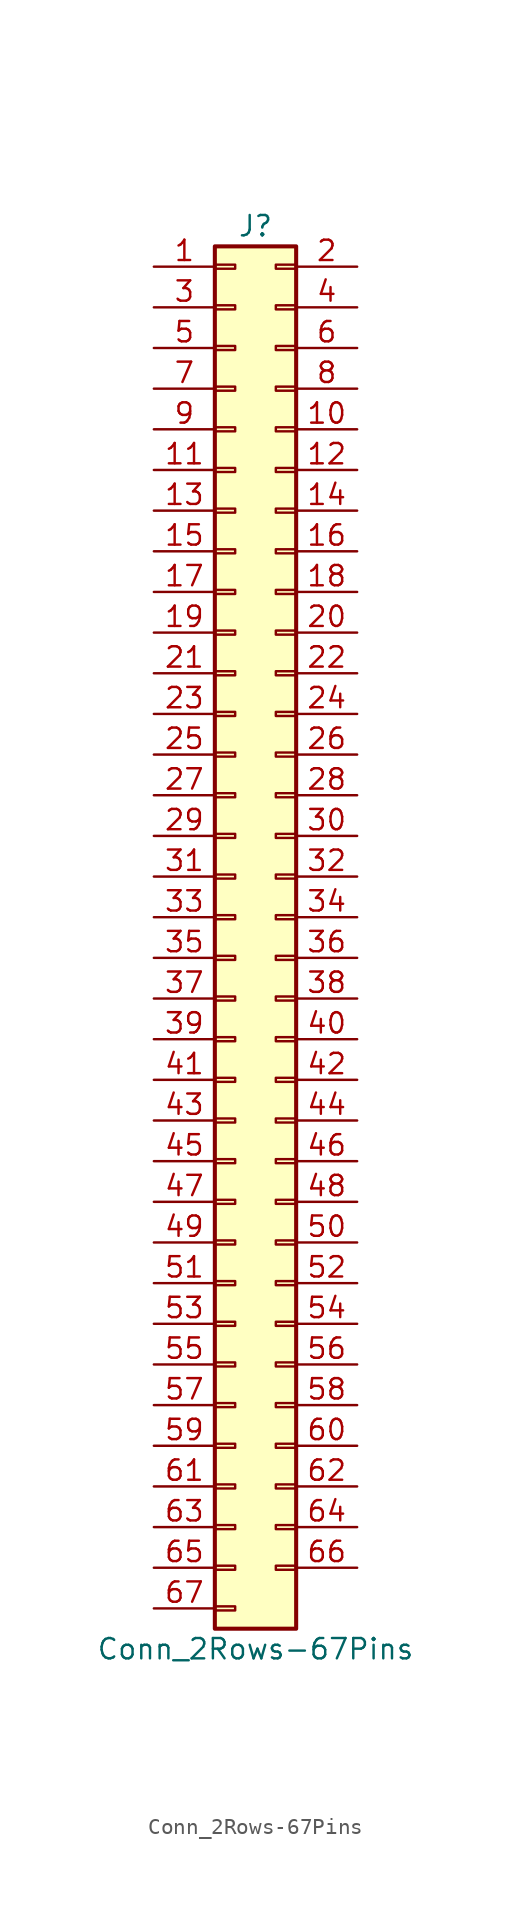
<source format=kicad_sym>
(kicad_symbol_lib
  (version 20220914)
  (generator kicad_symbol_editor)
  (symbol "Conn_2Rows-67Pins"
    (pin_names
      (offset 1.016) hide)
    (property "Reference" "J"
      (at 1.27 43.18 0)
      (effects (font (size 1.27 1.27))))
    (property "Value" "Conn_2Rows-67Pins"
      (at 1.27 -45.72 0)
      (effects (font (size 1.27 1.27))))
    (symbol "Conn_2Rows-67Pins_1_1"
      (rectangle (start -1.27 -43.053) (end 0 -43.307) (stroke (width 0.152) (type default)) (fill (type none)))
      (rectangle (start -1.27 -40.513) (end 0 -40.767) (stroke (width 0.152) (type default)) (fill (type none)))
      (rectangle (start -1.27 -37.973) (end 0 -38.227) (stroke (width 0.152) (type default)) (fill (type none)))
      (rectangle (start -1.27 -35.433) (end 0 -35.687) (stroke (width 0.152) (type default)) (fill (type none)))
      (rectangle (start -1.27 -32.893) (end 0 -33.147) (stroke (width 0.152) (type default)) (fill (type none)))
      (rectangle (start -1.27 -30.353) (end 0 -30.607) (stroke (width 0.152) (type default)) (fill (type none)))
      (rectangle (start -1.27 -27.813) (end 0 -28.067) (stroke (width 0.152) (type default)) (fill (type none)))
      (rectangle (start -1.27 -25.273) (end 0 -25.527) (stroke (width 0.152) (type default)) (fill (type none)))
      (rectangle (start -1.27 -22.733) (end 0 -22.987) (stroke (width 0.152) (type default)) (fill (type none)))
      (rectangle (start -1.27 -20.193) (end 0 -20.447) (stroke (width 0.152) (type default)) (fill (type none)))
      (rectangle (start -1.27 -17.653) (end 0 -17.907) (stroke (width 0.152) (type default)) (fill (type none)))
      (rectangle (start -1.27 -15.113) (end 0 -15.367) (stroke (width 0.152) (type default)) (fill (type none)))
      (rectangle (start -1.27 -12.573) (end 0 -12.827) (stroke (width 0.152) (type default)) (fill (type none)))
      (rectangle (start -1.27 -10.033) (end 0 -10.287) (stroke (width 0.152) (type default)) (fill (type none)))
      (rectangle (start -1.27 -7.493) (end 0 -7.747) (stroke (width 0.152) (type default)) (fill (type none)))
      (rectangle (start -1.27 -4.953) (end 0 -5.207) (stroke (width 0.152) (type default)) (fill (type none)))
      (rectangle (start -1.27 -2.413) (end 0 -2.667) (stroke (width 0.152) (type default)) (fill (type none)))
      (rectangle (start -1.27 0.127) (end 0 -0.127) (stroke (width 0.152) (type default)) (fill (type none)))
      (rectangle (start -1.27 2.667) (end 0 2.413) (stroke (width 0.152) (type default)) (fill (type none)))
      (rectangle (start -1.27 5.207) (end 0 4.953) (stroke (width 0.152) (type default)) (fill (type none)))
      (rectangle (start -1.27 7.747) (end 0 7.493) (stroke (width 0.152) (type default)) (fill (type none)))
      (rectangle (start -1.27 10.287) (end 0 10.033) (stroke (width 0.152) (type default)) (fill (type none)))
      (rectangle (start -1.27 12.827) (end 0 12.573) (stroke (width 0.152) (type default)) (fill (type none)))
      (rectangle (start -1.27 15.367) (end 0 15.113) (stroke (width 0.152) (type default)) (fill (type none)))
      (rectangle (start -1.27 17.907) (end 0 17.653) (stroke (width 0.152) (type default)) (fill (type none)))
      (rectangle (start -1.27 20.447) (end 0 20.193) (stroke (width 0.152) (type default)) (fill (type none)))
      (rectangle (start -1.27 22.987) (end 0 22.733) (stroke (width 0.152) (type default)) (fill (type none)))
      (rectangle (start -1.27 25.527) (end 0 25.273) (stroke (width 0.152) (type default)) (fill (type none)))
      (rectangle (start -1.27 28.067) (end 0 27.813) (stroke (width 0.152) (type default)) (fill (type none)))
      (rectangle (start -1.27 30.607) (end 0 30.353) (stroke (width 0.152) (type default)) (fill (type none)))
      (rectangle (start -1.27 33.147) (end 0 32.893) (stroke (width 0.152) (type default)) (fill (type none)))
      (rectangle (start -1.27 35.687) (end 0 35.433) (stroke (width 0.152) (type default)) (fill (type none)))
      (rectangle (start -1.27 38.227) (end 0 37.973) (stroke (width 0.152) (type default)) (fill (type none)))
      (rectangle (start -1.27 40.767) (end 0 40.513) (stroke (width 0.152) (type default)) (fill (type none)))
      (rectangle (start -1.27 41.91) (end 3.81 -44.45) (stroke (width 0.254) (type default)) (fill (type background)))
      (rectangle (start 3.81 -40.513) (end 2.54 -40.767) (stroke (width 0.152) (type default)) (fill (type none)))
      (rectangle (start 3.81 -37.973) (end 2.54 -38.227) (stroke (width 0.152) (type default)) (fill (type none)))
      (rectangle (start 3.81 -35.433) (end 2.54 -35.687) (stroke (width 0.152) (type default)) (fill (type none)))
      (rectangle (start 3.81 -32.893) (end 2.54 -33.147) (stroke (width 0.152) (type default)) (fill (type none)))
      (rectangle (start 3.81 -30.353) (end 2.54 -30.607) (stroke (width 0.152) (type default)) (fill (type none)))
      (rectangle (start 3.81 -27.813) (end 2.54 -28.067) (stroke (width 0.152) (type default)) (fill (type none)))
      (rectangle (start 3.81 -25.273) (end 2.54 -25.527) (stroke (width 0.152) (type default)) (fill (type none)))
      (rectangle (start 3.81 -22.733) (end 2.54 -22.987) (stroke (width 0.152) (type default)) (fill (type none)))
      (rectangle (start 3.81 -20.193) (end 2.54 -20.447) (stroke (width 0.152) (type default)) (fill (type none)))
      (rectangle (start 3.81 -17.653) (end 2.54 -17.907) (stroke (width 0.152) (type default)) (fill (type none)))
      (rectangle (start 3.81 -15.113) (end 2.54 -15.367) (stroke (width 0.152) (type default)) (fill (type none)))
      (rectangle (start 3.81 -12.573) (end 2.54 -12.827) (stroke (width 0.152) (type default)) (fill (type none)))
      (rectangle (start 3.81 -10.033) (end 2.54 -10.287) (stroke (width 0.152) (type default)) (fill (type none)))
      (rectangle (start 3.81 -7.493) (end 2.54 -7.747) (stroke (width 0.152) (type default)) (fill (type none)))
      (rectangle (start 3.81 -4.953) (end 2.54 -5.207) (stroke (width 0.152) (type default)) (fill (type none)))
      (rectangle (start 3.81 -2.413) (end 2.54 -2.667) (stroke (width 0.152) (type default)) (fill (type none)))
      (rectangle (start 3.81 0.127) (end 2.54 -0.127) (stroke (width 0.152) (type default)) (fill (type none)))
      (rectangle (start 3.81 2.667) (end 2.54 2.413) (stroke (width 0.152) (type default)) (fill (type none)))
      (rectangle (start 3.81 5.207) (end 2.54 4.953) (stroke (width 0.152) (type default)) (fill (type none)))
      (rectangle (start 3.81 7.747) (end 2.54 7.493) (stroke (width 0.152) (type default)) (fill (type none)))
      (rectangle (start 3.81 10.287) (end 2.54 10.033) (stroke (width 0.152) (type default)) (fill (type none)))
      (rectangle (start 3.81 12.827) (end 2.54 12.573) (stroke (width 0.152) (type default)) (fill (type none)))
      (rectangle (start 3.81 15.367) (end 2.54 15.113) (stroke (width 0.152) (type default)) (fill (type none)))
      (rectangle (start 3.81 17.907) (end 2.54 17.653) (stroke (width 0.152) (type default)) (fill (type none)))
      (rectangle (start 3.81 20.447) (end 2.54 20.193) (stroke (width 0.152) (type default)) (fill (type none)))
      (rectangle (start 3.81 22.987) (end 2.54 22.733) (stroke (width 0.152) (type default)) (fill (type none)))
      (rectangle (start 3.81 25.527) (end 2.54 25.273) (stroke (width 0.152) (type default)) (fill (type none)))
      (rectangle (start 3.81 28.067) (end 2.54 27.813) (stroke (width 0.152) (type default)) (fill (type none)))
      (rectangle (start 3.81 30.607) (end 2.54 30.353) (stroke (width 0.152) (type default)) (fill (type none)))
      (rectangle (start 3.81 33.147) (end 2.54 32.893) (stroke (width 0.152) (type default)) (fill (type none)))
      (rectangle (start 3.81 35.687) (end 2.54 35.433) (stroke (width 0.152) (type default)) (fill (type none)))
      (rectangle (start 3.81 38.227) (end 2.54 37.973) (stroke (width 0.152) (type default)) (fill (type none)))
      (rectangle (start 3.81 40.767) (end 2.54 40.513) (stroke (width 0.152) (type default)) (fill (type none)))
      (pin passive line (at -5.08 40.64 0) (length 3.81) (name "Pin_1" (effects (font (size 1.27 1.27)))) (number "1" (effects (font (size 1.27 1.27)))))
      (pin passive line (at 7.62 30.48 180) (length 3.81) (name "Pin_10" (effects (font (size 1.27 1.27)))) (number "10" (effects (font (size 1.27 1.27)))))
      (pin passive line (at -5.08 27.94 0) (length 3.81) (name "Pin_11" (effects (font (size 1.27 1.27)))) (number "11" (effects (font (size 1.27 1.27)))))
      (pin passive line (at 7.62 27.94 180) (length 3.81) (name "Pin_12" (effects (font (size 1.27 1.27)))) (number "12" (effects (font (size 1.27 1.27)))))
      (pin passive line (at -5.08 25.4 0) (length 3.81) (name "Pin_13" (effects (font (size 1.27 1.27)))) (number "13" (effects (font (size 1.27 1.27)))))
      (pin passive line (at 7.62 25.4 180) (length 3.81) (name "Pin_14" (effects (font (size 1.27 1.27)))) (number "14" (effects (font (size 1.27 1.27)))))
      (pin passive line (at -5.08 22.86 0) (length 3.81) (name "Pin_15" (effects (font (size 1.27 1.27)))) (number "15" (effects (font (size 1.27 1.27)))))
      (pin passive line (at 7.62 22.86 180) (length 3.81) (name "Pin_16" (effects (font (size 1.27 1.27)))) (number "16" (effects (font (size 1.27 1.27)))))
      (pin passive line (at -5.08 20.32 0) (length 3.81) (name "Pin_17" (effects (font (size 1.27 1.27)))) (number "17" (effects (font (size 1.27 1.27)))))
      (pin passive line (at 7.62 20.32 180) (length 3.81) (name "Pin_18" (effects (font (size 1.27 1.27)))) (number "18" (effects (font (size 1.27 1.27)))))
      (pin passive line (at -5.08 17.78 0) (length 3.81) (name "Pin_19" (effects (font (size 1.27 1.27)))) (number "19" (effects (font (size 1.27 1.27)))))
      (pin passive line (at 7.62 40.64 180) (length 3.81) (name "Pin_2" (effects (font (size 1.27 1.27)))) (number "2" (effects (font (size 1.27 1.27)))))
      (pin passive line (at 7.62 17.78 180) (length 3.81) (name "Pin_20" (effects (font (size 1.27 1.27)))) (number "20" (effects (font (size 1.27 1.27)))))
      (pin passive line (at -5.08 15.24 0) (length 3.81) (name "Pin_21" (effects (font (size 1.27 1.27)))) (number "21" (effects (font (size 1.27 1.27)))))
      (pin passive line (at 7.62 15.24 180) (length 3.81) (name "Pin_22" (effects (font (size 1.27 1.27)))) (number "22" (effects (font (size 1.27 1.27)))))
      (pin passive line (at -5.08 12.7 0) (length 3.81) (name "Pin_23" (effects (font (size 1.27 1.27)))) (number "23" (effects (font (size 1.27 1.27)))))
      (pin passive line (at 7.62 12.7 180) (length 3.81) (name "Pin_24" (effects (font (size 1.27 1.27)))) (number "24" (effects (font (size 1.27 1.27)))))
      (pin passive line (at -5.08 10.16 0) (length 3.81) (name "Pin_25" (effects (font (size 1.27 1.27)))) (number "25" (effects (font (size 1.27 1.27)))))
      (pin passive line (at 7.62 10.16 180) (length 3.81) (name "Pin_26" (effects (font (size 1.27 1.27)))) (number "26" (effects (font (size 1.27 1.27)))))
      (pin passive line (at -5.08 7.62 0) (length 3.81) (name "Pin_27" (effects (font (size 1.27 1.27)))) (number "27" (effects (font (size 1.27 1.27)))))
      (pin passive line (at 7.62 7.62 180) (length 3.81) (name "Pin_28" (effects (font (size 1.27 1.27)))) (number "28" (effects (font (size 1.27 1.27)))))
      (pin passive line (at -5.08 5.08 0) (length 3.81) (name "Pin_29" (effects (font (size 1.27 1.27)))) (number "29" (effects (font (size 1.27 1.27)))))
      (pin passive line (at -5.08 38.1 0) (length 3.81) (name "Pin_3" (effects (font (size 1.27 1.27)))) (number "3" (effects (font (size 1.27 1.27)))))
      (pin passive line (at 7.62 5.08 180) (length 3.81) (name "Pin_30" (effects (font (size 1.27 1.27)))) (number "30" (effects (font (size 1.27 1.27)))))
      (pin passive line (at -5.08 2.54 0) (length 3.81) (name "Pin_31" (effects (font (size 1.27 1.27)))) (number "31" (effects (font (size 1.27 1.27)))))
      (pin passive line (at 7.62 2.54 180) (length 3.81) (name "Pin_32" (effects (font (size 1.27 1.27)))) (number "32" (effects (font (size 1.27 1.27)))))
      (pin passive line (at -5.08 0 0) (length 3.81) (name "Pin_33" (effects (font (size 1.27 1.27)))) (number "33" (effects (font (size 1.27 1.27)))))
      (pin passive line (at 7.62 0 180) (length 3.81) (name "Pin_34" (effects (font (size 1.27 1.27)))) (number "34" (effects (font (size 1.27 1.27)))))
      (pin passive line (at -5.08 -2.54 0) (length 3.81) (name "Pin_35" (effects (font (size 1.27 1.27)))) (number "35" (effects (font (size 1.27 1.27)))))
      (pin passive line (at 7.62 -2.54 180) (length 3.81) (name "Pin_36" (effects (font (size 1.27 1.27)))) (number "36" (effects (font (size 1.27 1.27)))))
      (pin passive line (at -5.08 -5.08 0) (length 3.81) (name "Pin_37" (effects (font (size 1.27 1.27)))) (number "37" (effects (font (size 1.27 1.27)))))
      (pin passive line (at 7.62 -5.08 180) (length 3.81) (name "Pin_38" (effects (font (size 1.27 1.27)))) (number "38" (effects (font (size 1.27 1.27)))))
      (pin passive line (at -5.08 -7.62 0) (length 3.81) (name "Pin_39" (effects (font (size 1.27 1.27)))) (number "39" (effects (font (size 1.27 1.27)))))
      (pin passive line (at 7.62 38.1 180) (length 3.81) (name "Pin_4" (effects (font (size 1.27 1.27)))) (number "4" (effects (font (size 1.27 1.27)))))
      (pin passive line (at 7.62 -7.62 180) (length 3.81) (name "Pin_40" (effects (font (size 1.27 1.27)))) (number "40" (effects (font (size 1.27 1.27)))))
      (pin passive line (at -5.08 -10.16 0) (length 3.81) (name "Pin_41" (effects (font (size 1.27 1.27)))) (number "41" (effects (font (size 1.27 1.27)))))
      (pin passive line (at 7.62 -10.16 180) (length 3.81) (name "Pin_42" (effects (font (size 1.27 1.27)))) (number "42" (effects (font (size 1.27 1.27)))))
      (pin passive line (at -5.08 -12.7 0) (length 3.81) (name "Pin_43" (effects (font (size 1.27 1.27)))) (number "43" (effects (font (size 1.27 1.27)))))
      (pin passive line (at 7.62 -12.7 180) (length 3.81) (name "Pin_44" (effects (font (size 1.27 1.27)))) (number "44" (effects (font (size 1.27 1.27)))))
      (pin passive line (at -5.08 -15.24 0) (length 3.81) (name "Pin_45" (effects (font (size 1.27 1.27)))) (number "45" (effects (font (size 1.27 1.27)))))
      (pin passive line (at 7.62 -15.24 180) (length 3.81) (name "Pin_46" (effects (font (size 1.27 1.27)))) (number "46" (effects (font (size 1.27 1.27)))))
      (pin passive line (at -5.08 -17.78 0) (length 3.81) (name "Pin_47" (effects (font (size 1.27 1.27)))) (number "47" (effects (font (size 1.27 1.27)))))
      (pin passive line (at 7.62 -17.78 180) (length 3.81) (name "Pin_48" (effects (font (size 1.27 1.27)))) (number "48" (effects (font (size 1.27 1.27)))))
      (pin passive line (at -5.08 -20.32 0) (length 3.81) (name "Pin_49" (effects (font (size 1.27 1.27)))) (number "49" (effects (font (size 1.27 1.27)))))
      (pin passive line (at -5.08 35.56 0) (length 3.81) (name "Pin_5" (effects (font (size 1.27 1.27)))) (number "5" (effects (font (size 1.27 1.27)))))
      (pin passive line (at 7.62 -20.32 180) (length 3.81) (name "Pin_50" (effects (font (size 1.27 1.27)))) (number "50" (effects (font (size 1.27 1.27)))))
      (pin passive line (at -5.08 -22.86 0) (length 3.81) (name "Pin_51" (effects (font (size 1.27 1.27)))) (number "51" (effects (font (size 1.27 1.27)))))
      (pin passive line (at 7.62 -22.86 180) (length 3.81) (name "Pin_52" (effects (font (size 1.27 1.27)))) (number "52" (effects (font (size 1.27 1.27)))))
      (pin passive line (at -5.08 -25.4 0) (length 3.81) (name "Pin_53" (effects (font (size 1.27 1.27)))) (number "53" (effects (font (size 1.27 1.27)))))
      (pin passive line (at 7.62 -25.4 180) (length 3.81) (name "Pin_54" (effects (font (size 1.27 1.27)))) (number "54" (effects (font (size 1.27 1.27)))))
      (pin passive line (at -5.08 -27.94 0) (length 3.81) (name "Pin_55" (effects (font (size 1.27 1.27)))) (number "55" (effects (font (size 1.27 1.27)))))
      (pin passive line (at 7.62 -27.94 180) (length 3.81) (name "Pin_56" (effects (font (size 1.27 1.27)))) (number "56" (effects (font (size 1.27 1.27)))))
      (pin passive line (at -5.08 -30.48 0) (length 3.81) (name "Pin_57" (effects (font (size 1.27 1.27)))) (number "57" (effects (font (size 1.27 1.27)))))
      (pin passive line (at 7.62 -30.48 180) (length 3.81) (name "Pin_58" (effects (font (size 1.27 1.27)))) (number "58" (effects (font (size 1.27 1.27)))))
      (pin passive line (at -5.08 -33.02 0) (length 3.81) (name "Pin_59" (effects (font (size 1.27 1.27)))) (number "59" (effects (font (size 1.27 1.27)))))
      (pin passive line (at 7.62 35.56 180) (length 3.81) (name "Pin_6" (effects (font (size 1.27 1.27)))) (number "6" (effects (font (size 1.27 1.27)))))
      (pin passive line (at 7.62 -33.02 180) (length 3.81) (name "Pin_60" (effects (font (size 1.27 1.27)))) (number "60" (effects (font (size 1.27 1.27)))))
      (pin passive line (at -5.08 -35.56 0) (length 3.81) (name "Pin_61" (effects (font (size 1.27 1.27)))) (number "61" (effects (font (size 1.27 1.27)))))
      (pin passive line (at 7.62 -35.56 180) (length 3.81) (name "Pin_62" (effects (font (size 1.27 1.27)))) (number "62" (effects (font (size 1.27 1.27)))))
      (pin passive line (at -5.08 -38.1 0) (length 3.81) (name "Pin_63" (effects (font (size 1.27 1.27)))) (number "63" (effects (font (size 1.27 1.27)))))
      (pin passive line (at 7.62 -38.1 180) (length 3.81) (name "Pin_64" (effects (font (size 1.27 1.27)))) (number "64" (effects (font (size 1.27 1.27)))))
      (pin passive line (at -5.08 -40.64 0) (length 3.81) (name "Pin_65" (effects (font (size 1.27 1.27)))) (number "65" (effects (font (size 1.27 1.27)))))
      (pin passive line (at 7.62 -40.64 180) (length 3.81) (name "Pin_66" (effects (font (size 1.27 1.27)))) (number "66" (effects (font (size 1.27 1.27)))))
      (pin passive line (at -5.08 -43.18 0) (length 3.81) (name "Pin_67" (effects (font (size 1.27 1.27)))) (number "67" (effects (font (size 1.27 1.27)))))
      (pin passive line (at -5.08 33.02 0) (length 3.81) (name "Pin_7" (effects (font (size 1.27 1.27)))) (number "7" (effects (font (size 1.27 1.27)))))
      (pin passive line (at 7.62 33.02 180) (length 3.81) (name "Pin_8" (effects (font (size 1.27 1.27)))) (number "8" (effects (font (size 1.27 1.27)))))
      (pin passive line (at -5.08 30.48 0) (length 3.81) (name "Pin_9" (effects (font (size 1.27 1.27)))) (number "9" (effects (font (size 1.27 1.27))))))))
</source>
